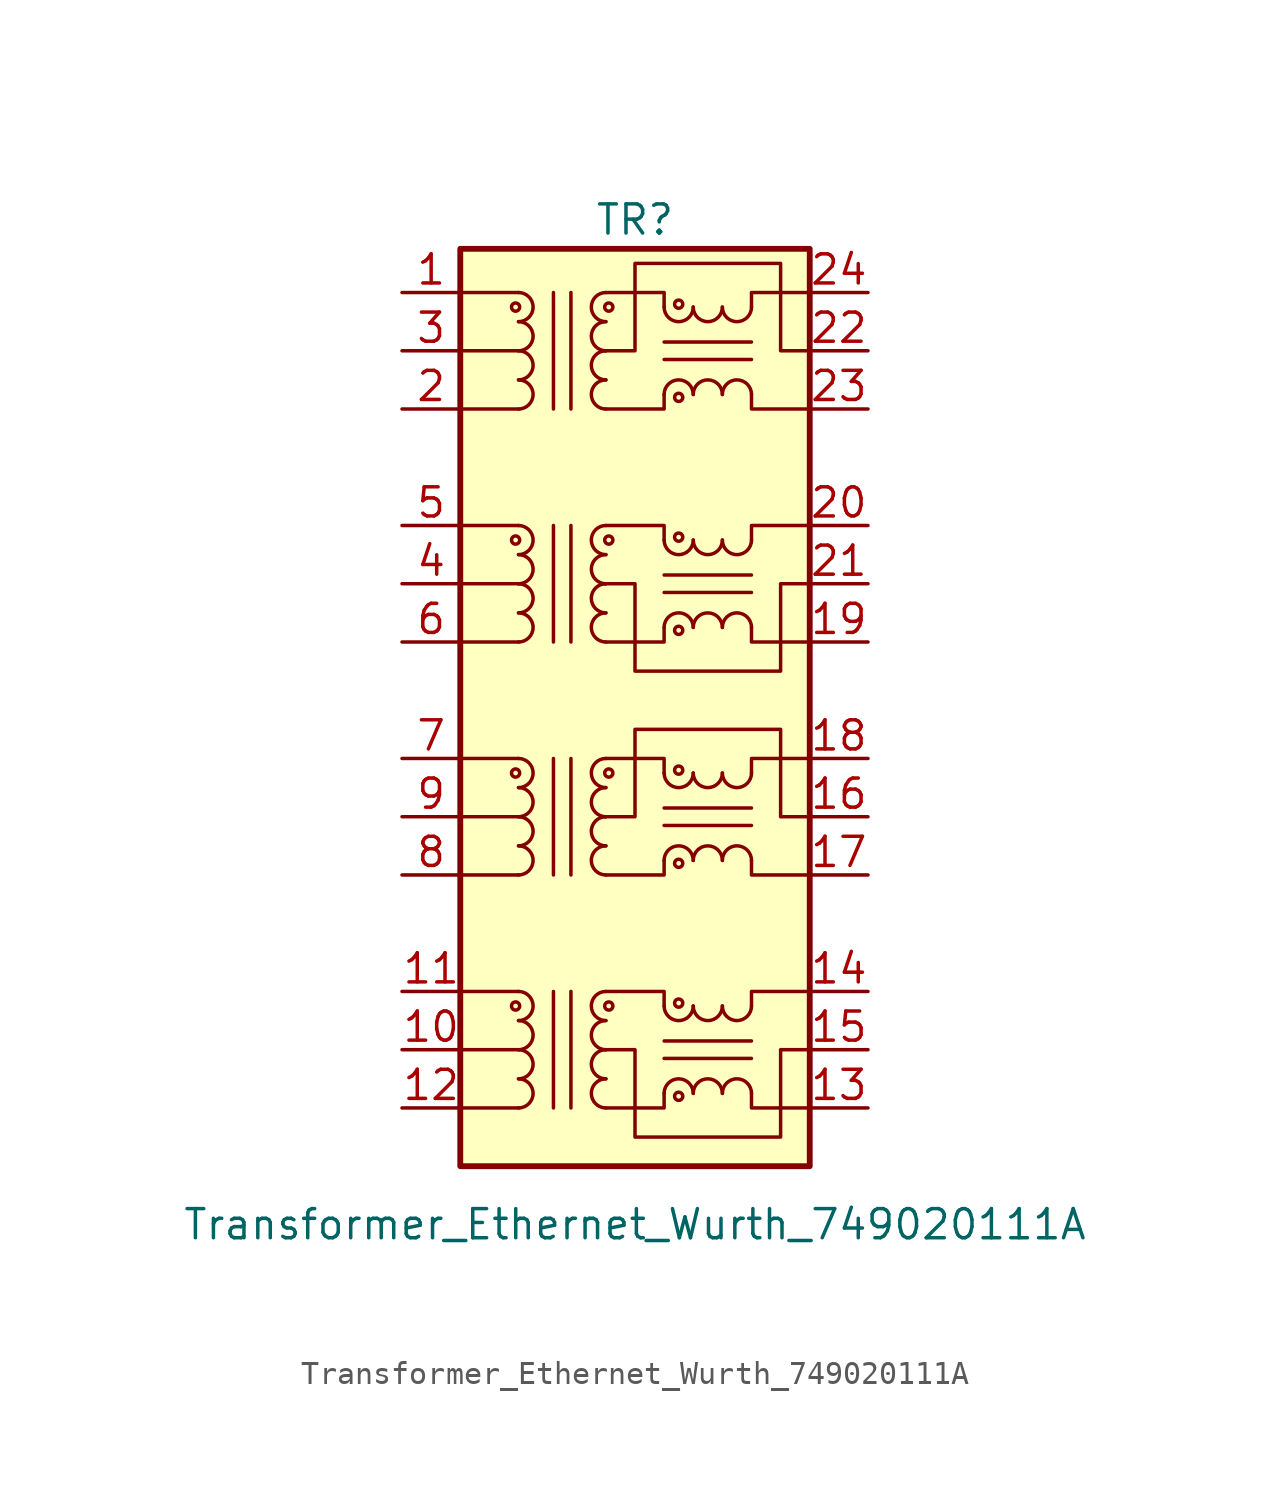
<source format=kicad_sym>
(kicad_symbol_lib
  (version 20220914)
  (generator kicad_symbol_editor)
  (symbol "Transformer_Ethernet_Wurth_749020111A"
    (pin_names hide)
    (property "Reference" "TR"
      (at 0 10.795 0)
      (effects (font (size 1.27 1.27))))
    (property "Value" "Transformer_Ethernet_Wurth_749020111A"
      (at 0 -33.02 0)
      (effects (font (size 1.27 1.27))))
    (symbol "Transformer_Ethernet_Wurth_749020111A_0_1"
      (rectangle (start -7.62 9.525) (end 7.62 -30.48) (stroke (width 0.254) (type default)) (fill (type background)))
      (circle (center -5.207 -13.335) (radius 0.178) (stroke (width 0) (type default)) (fill (type none)))
      (circle (center -5.207 6.985) (radius 0.178) (stroke (width 0) (type default)) (fill (type none)))
      (arc (start -5.08 -13.97) (mid -4.4477 -13.335) (end -5.08 -12.7) (stroke (width 0) (type default)) (fill (type none)))
      (arc (start -5.08 6.35) (mid -4.4477 6.985) (end -5.08 7.62) (stroke (width 0) (type default)) (fill (type none)))
      (polyline (pts (xy -5.08 -17.78) (xy -7.62 -17.78)) (stroke (width 0) (type default)) (fill (type none)))
      (polyline (pts (xy -5.08 -15.24) (xy -7.62 -15.24)) (stroke (width 0) (type default)) (fill (type none)))
      (polyline (pts (xy -5.08 -12.7) (xy -7.62 -12.7)) (stroke (width 0) (type default)) (fill (type none)))
      (polyline (pts (xy -5.08 2.54) (xy -7.62 2.54)) (stroke (width 0) (type default)) (fill (type none)))
      (polyline (pts (xy -5.08 5.08) (xy -7.62 5.08)) (stroke (width 0) (type default)) (fill (type none)))
      (polyline (pts (xy -5.08 7.62) (xy -7.62 7.62)) (stroke (width 0) (type default)) (fill (type none)))
      (polyline (pts (xy -3.556 -22.86) (xy -3.556 -27.94)) (stroke (width 0) (type default)) (fill (type none)))
      (polyline (pts (xy -3.556 -17.78) (xy -3.556 -12.7)) (stroke (width 0) (type default)) (fill (type none)))
      (polyline (pts (xy -3.556 -2.54) (xy -3.556 -7.62)) (stroke (width 0) (type default)) (fill (type none)))
      (polyline (pts (xy -3.556 2.54) (xy -3.556 7.62)) (stroke (width 0) (type default)) (fill (type none)))
      (polyline (pts (xy -2.794 -27.94) (xy -2.794 -22.86)) (stroke (width 0) (type default)) (fill (type none)))
      (polyline (pts (xy -2.794 -12.7) (xy -2.794 -17.78)) (stroke (width 0) (type default)) (fill (type none)))
      (polyline (pts (xy -2.794 -7.62) (xy -2.794 -2.54)) (stroke (width 0) (type default)) (fill (type none)))
      (polyline (pts (xy -2.794 7.62) (xy -2.794 2.54)) (stroke (width 0) (type default)) (fill (type none)))
      (polyline (pts (xy 1.27 -15.621) (xy 5.08 -15.621)) (stroke (width 0) (type default)) (fill (type none)))
      (polyline (pts (xy 1.27 -14.859) (xy 5.08 -14.859)) (stroke (width 0) (type default)) (fill (type none)))
      (polyline (pts (xy 1.27 4.699) (xy 5.08 4.699)) (stroke (width 0) (type default)) (fill (type none)))
      (polyline (pts (xy 1.27 5.461) (xy 5.08 5.461)) (stroke (width 0) (type default)) (fill (type none)))
      (polyline (pts (xy -1.27 -17.78) (xy 1.27 -17.78) (xy 1.27 -17.145)) (stroke (width 0) (type default)) (fill (type none)))
      (polyline (pts (xy -1.27 2.54) (xy 1.27 2.54) (xy 1.27 3.175)) (stroke (width 0) (type default)) (fill (type none)))
      (polyline (pts (xy 1.27 -13.335) (xy 1.27 -12.7) (xy -1.27 -12.7)) (stroke (width 0) (type default)) (fill (type none)))
      (polyline (pts (xy 1.27 6.985) (xy 1.27 7.62) (xy -1.27 7.62)) (stroke (width 0) (type default)) (fill (type none)))
      (polyline (pts (xy 5.08 -17.145) (xy 5.08 -17.78) (xy 7.62 -17.78)) (stroke (width 0) (type default)) (fill (type none)))
      (polyline (pts (xy 5.08 -13.335) (xy 5.08 -12.7) (xy 7.62 -12.7)) (stroke (width 0) (type default)) (fill (type none)))
      (polyline (pts (xy 5.08 3.175) (xy 5.08 2.54) (xy 7.62 2.54)) (stroke (width 0) (type default)) (fill (type none)))
      (polyline (pts (xy 5.08 6.985) (xy 5.08 7.62) (xy 7.62 7.62)) (stroke (width 0) (type default)) (fill (type none)))
      (polyline (pts (xy -1.27 -15.24) (xy 0 -15.24) (xy 0 -11.43) (xy 6.35 -11.43) (xy 6.35 -15.24) (xy 7.62 -15.24)) (stroke (width 0) (type default)) (fill (type none)))
      (polyline (pts (xy -1.27 5.08) (xy 0 5.08) (xy 0 8.89) (xy 6.35 8.89) (xy 6.35 5.08) (xy 7.62 5.08)) (stroke (width 0) (type default)) (fill (type none))))
    (symbol "Transformer_Ethernet_Wurth_749020111A_1_1"
      (circle (center -5.207 -23.495) (radius 0.178) (stroke (width 0) (type default)) (fill (type none)))
      (circle (center -5.207 -3.175) (radius 0.178) (stroke (width 0) (type default)) (fill (type none)))
      (arc (start -5.08 -27.94) (mid -4.4477 -27.305) (end -5.08 -26.67) (stroke (width 0) (type default)) (fill (type none)))
      (arc (start -5.08 -26.67) (mid -4.4477 -26.035) (end -5.08 -25.4) (stroke (width 0) (type default)) (fill (type none)))
      (arc (start -5.08 -25.4) (mid -4.4477 -24.765) (end -5.08 -24.13) (stroke (width 0) (type default)) (fill (type none)))
      (arc (start -5.08 -24.13) (mid -4.4477 -23.495) (end -5.08 -22.86) (stroke (width 0) (type default)) (fill (type none)))
      (arc (start -5.08 -17.78) (mid -4.4477 -17.145) (end -5.08 -16.51) (stroke (width 0) (type default)) (fill (type none)))
      (arc (start -5.08 -16.51) (mid -4.4477 -15.875) (end -5.08 -15.24) (stroke (width 0) (type default)) (fill (type none)))
      (arc (start -5.08 -15.24) (mid -4.4477 -14.605) (end -5.08 -13.97) (stroke (width 0) (type default)) (fill (type none)))
      (arc (start -5.08 -7.62) (mid -4.4477 -6.985) (end -5.08 -6.35) (stroke (width 0) (type default)) (fill (type none)))
      (arc (start -5.08 -6.35) (mid -4.4477 -5.715) (end -5.08 -5.08) (stroke (width 0) (type default)) (fill (type none)))
      (arc (start -5.08 -5.08) (mid -4.4477 -4.445) (end -5.08 -3.81) (stroke (width 0) (type default)) (fill (type none)))
      (arc (start -5.08 -3.81) (mid -4.4477 -3.175) (end -5.08 -2.54) (stroke (width 0) (type default)) (fill (type none)))
      (arc (start -5.08 2.54) (mid -4.4477 3.175) (end -5.08 3.81) (stroke (width 0) (type default)) (fill (type none)))
      (arc (start -5.08 3.81) (mid -4.4477 4.445) (end -5.08 5.08) (stroke (width 0) (type default)) (fill (type none)))
      (arc (start -5.08 5.08) (mid -4.4477 5.715) (end -5.08 6.35) (stroke (width 0) (type default)) (fill (type none)))
      (arc (start -1.27 -26.67) (mid -1.9023 -27.305) (end -1.27 -27.94) (stroke (width 0) (type default)) (fill (type none)))
      (arc (start -1.27 -25.4) (mid -1.9023 -26.035) (end -1.27 -26.67) (stroke (width 0) (type default)) (fill (type none)))
      (arc (start -1.27 -24.13) (mid -1.9023 -24.765) (end -1.27 -25.4) (stroke (width 0) (type default)) (fill (type none)))
      (arc (start -1.27 -22.86) (mid -1.9023 -23.495) (end -1.27 -24.13) (stroke (width 0) (type default)) (fill (type none)))
      (arc (start -1.27 -16.51) (mid -1.9023 -17.145) (end -1.27 -17.78) (stroke (width 0) (type default)) (fill (type none)))
      (arc (start -1.27 -15.24) (mid -1.9023 -15.875) (end -1.27 -16.51) (stroke (width 0) (type default)) (fill (type none)))
      (arc (start -1.27 -13.97) (mid -1.9023 -14.605) (end -1.27 -15.24) (stroke (width 0) (type default)) (fill (type none)))
      (arc (start -1.27 -12.7) (mid -1.9023 -13.335) (end -1.27 -13.97) (stroke (width 0) (type default)) (fill (type none)))
      (arc (start -1.27 -6.35) (mid -1.9023 -6.985) (end -1.27 -7.62) (stroke (width 0) (type default)) (fill (type none)))
      (arc (start -1.27 -5.08) (mid -1.9023 -5.715) (end -1.27 -6.35) (stroke (width 0) (type default)) (fill (type none)))
      (arc (start -1.27 -3.81) (mid -1.9023 -4.445) (end -1.27 -5.08) (stroke (width 0) (type default)) (fill (type none)))
      (arc (start -1.27 -2.54) (mid -1.9023 -3.175) (end -1.27 -3.81) (stroke (width 0) (type default)) (fill (type none)))
      (arc (start -1.27 3.81) (mid -1.9023 3.175) (end -1.27 2.54) (stroke (width 0) (type default)) (fill (type none)))
      (arc (start -1.27 5.08) (mid -1.9023 4.445) (end -1.27 3.81) (stroke (width 0) (type default)) (fill (type none)))
      (arc (start -1.27 6.35) (mid -1.9023 5.715) (end -1.27 5.08) (stroke (width 0) (type default)) (fill (type none)))
      (arc (start -1.27 7.62) (mid -1.9023 6.985) (end -1.27 6.35) (stroke (width 0) (type default)) (fill (type none)))
      (circle (center -1.143 -23.495) (radius 0.178) (stroke (width 0) (type default)) (fill (type none)))
      (circle (center -1.143 -13.335) (radius 0.178) (stroke (width 0) (type default)) (fill (type none)))
      (circle (center -1.143 -3.175) (radius 0.178) (stroke (width 0) (type default)) (fill (type none)))
      (circle (center -1.143 6.985) (radius 0.178) (stroke (width 0) (type default)) (fill (type none)))
      (polyline (pts (xy -5.08 -27.94) (xy -7.62 -27.94)) (stroke (width 0) (type default)) (fill (type none)))
      (polyline (pts (xy -5.08 -25.4) (xy -7.62 -25.4)) (stroke (width 0) (type default)) (fill (type none)))
      (polyline (pts (xy -5.08 -22.86) (xy -7.62 -22.86)) (stroke (width 0) (type default)) (fill (type none)))
      (polyline (pts (xy -5.08 -7.62) (xy -7.62 -7.62)) (stroke (width 0) (type default)) (fill (type none)))
      (polyline (pts (xy -5.08 -5.08) (xy -7.62 -5.08)) (stroke (width 0) (type default)) (fill (type none)))
      (polyline (pts (xy -5.08 -2.54) (xy -7.62 -2.54)) (stroke (width 0) (type default)) (fill (type none)))
      (polyline (pts (xy 1.27 -25.781) (xy 5.08 -25.781)) (stroke (width 0) (type default)) (fill (type none)))
      (polyline (pts (xy 1.27 -25.019) (xy 5.08 -25.019)) (stroke (width 0) (type default)) (fill (type none)))
      (polyline (pts (xy 1.27 -5.461) (xy 5.08 -5.461)) (stroke (width 0) (type default)) (fill (type none)))
      (polyline (pts (xy 1.27 -4.699) (xy 5.08 -4.699)) (stroke (width 0) (type default)) (fill (type none)))
      (polyline (pts (xy -1.27 -27.94) (xy 1.27 -27.94) (xy 1.27 -27.305)) (stroke (width 0) (type default)) (fill (type none)))
      (polyline (pts (xy -1.27 -7.62) (xy 1.27 -7.62) (xy 1.27 -6.985)) (stroke (width 0) (type default)) (fill (type none)))
      (polyline (pts (xy 1.27 -23.495) (xy 1.27 -22.86) (xy -1.27 -22.86)) (stroke (width 0) (type default)) (fill (type none)))
      (polyline (pts (xy 1.27 -3.175) (xy 1.27 -2.54) (xy -1.27 -2.54)) (stroke (width 0) (type default)) (fill (type none)))
      (polyline (pts (xy 5.08 -27.305) (xy 5.08 -27.94) (xy 7.62 -27.94)) (stroke (width 0) (type default)) (fill (type none)))
      (polyline (pts (xy 5.08 -23.495) (xy 5.08 -22.86) (xy 7.62 -22.86)) (stroke (width 0) (type default)) (fill (type none)))
      (polyline (pts (xy 5.08 -6.985) (xy 5.08 -7.62) (xy 7.62 -7.62)) (stroke (width 0) (type default)) (fill (type none)))
      (polyline (pts (xy 5.08 -3.175) (xy 5.08 -2.54) (xy 7.62 -2.54)) (stroke (width 0) (type default)) (fill (type none)))
      (polyline (pts (xy 7.62 -25.4) (xy 6.35 -25.4) (xy 6.35 -29.21) (xy 0 -29.21) (xy 0 -25.4) (xy -1.27 -25.4)) (stroke (width 0) (type default)) (fill (type none)))
      (polyline (pts (xy 7.62 -5.08) (xy 6.35 -5.08) (xy 6.35 -8.89) (xy 0 -8.89) (xy 0 -5.08) (xy -1.27 -5.08)) (stroke (width 0) (type default)) (fill (type none)))
      (arc (start 1.27 -23.495) (mid 1.905 -24.1273) (end 2.54 -23.495) (stroke (width 0) (type default)) (fill (type none)))
      (arc (start 1.27 -13.335) (mid 1.905 -13.9673) (end 2.54 -13.335) (stroke (width 0) (type default)) (fill (type none)))
      (arc (start 1.27 -3.175) (mid 1.905 -3.8073) (end 2.54 -3.175) (stroke (width 0) (type default)) (fill (type none)))
      (arc (start 1.27 6.985) (mid 1.905 6.3527) (end 2.54 6.985) (stroke (width 0) (type default)) (fill (type none)))
      (circle (center 1.905 -27.432) (radius 0.178) (stroke (width 0) (type default)) (fill (type none)))
      (circle (center 1.905 -23.368) (radius 0.178) (stroke (width 0) (type default)) (fill (type none)))
      (circle (center 1.905 -17.272) (radius 0.178) (stroke (width 0) (type default)) (fill (type none)))
      (circle (center 1.905 -13.208) (radius 0.178) (stroke (width 0) (type default)) (fill (type none)))
      (circle (center 1.905 -7.112) (radius 0.178) (stroke (width 0) (type default)) (fill (type none)))
      (circle (center 1.905 -3.048) (radius 0.178) (stroke (width 0) (type default)) (fill (type none)))
      (circle (center 1.905 3.048) (radius 0.178) (stroke (width 0) (type default)) (fill (type none)))
      (circle (center 1.905 7.112) (radius 0.178) (stroke (width 0) (type default)) (fill (type none)))
      (arc (start 2.54 -27.305) (mid 1.905 -26.6727) (end 1.27 -27.305) (stroke (width 0) (type default)) (fill (type none)))
      (arc (start 2.54 -23.495) (mid 3.175 -24.1273) (end 3.81 -23.495) (stroke (width 0) (type default)) (fill (type none)))
      (arc (start 2.54 -17.145) (mid 1.905 -16.5127) (end 1.27 -17.145) (stroke (width 0) (type default)) (fill (type none)))
      (arc (start 2.54 -13.335) (mid 3.175 -13.9673) (end 3.81 -13.335) (stroke (width 0) (type default)) (fill (type none)))
      (arc (start 2.54 -6.985) (mid 1.905 -6.3527) (end 1.27 -6.985) (stroke (width 0) (type default)) (fill (type none)))
      (arc (start 2.54 -3.175) (mid 3.175 -3.8073) (end 3.81 -3.175) (stroke (width 0) (type default)) (fill (type none)))
      (arc (start 2.54 3.175) (mid 1.905 3.8073) (end 1.27 3.175) (stroke (width 0) (type default)) (fill (type none)))
      (arc (start 2.54 6.985) (mid 3.175 6.3527) (end 3.81 6.985) (stroke (width 0) (type default)) (fill (type none)))
      (arc (start 3.81 -27.305) (mid 3.175 -26.6727) (end 2.54 -27.305) (stroke (width 0) (type default)) (fill (type none)))
      (arc (start 3.81 -23.495) (mid 4.445 -24.1273) (end 5.08 -23.495) (stroke (width 0) (type default)) (fill (type none)))
      (arc (start 3.81 -17.145) (mid 3.175 -16.5127) (end 2.54 -17.145) (stroke (width 0) (type default)) (fill (type none)))
      (arc (start 3.81 -13.335) (mid 4.445 -13.9673) (end 5.08 -13.335) (stroke (width 0) (type default)) (fill (type none)))
      (arc (start 3.81 -6.985) (mid 3.175 -6.3527) (end 2.54 -6.985) (stroke (width 0) (type default)) (fill (type none)))
      (arc (start 3.81 -3.175) (mid 4.445 -3.8073) (end 5.08 -3.175) (stroke (width 0) (type default)) (fill (type none)))
      (arc (start 3.81 3.175) (mid 3.175 3.8073) (end 2.54 3.175) (stroke (width 0) (type default)) (fill (type none)))
      (arc (start 3.81 6.985) (mid 4.445 6.3527) (end 5.08 6.985) (stroke (width 0) (type default)) (fill (type none)))
      (arc (start 5.08 -27.305) (mid 4.445 -26.6727) (end 3.81 -27.305) (stroke (width 0) (type default)) (fill (type none)))
      (arc (start 5.08 -17.145) (mid 4.445 -16.5127) (end 3.81 -17.145) (stroke (width 0) (type default)) (fill (type none)))
      (arc (start 5.08 -6.985) (mid 4.445 -6.3527) (end 3.81 -6.985) (stroke (width 0) (type default)) (fill (type none)))
      (arc (start 5.08 3.175) (mid 4.445 3.8073) (end 3.81 3.175) (stroke (width 0) (type default)) (fill (type none)))
      (pin passive line (at -10.16 7.62 0) (length 2.54) (name "D+" (effects (font (size 1.27 1.27)))) (number "1" (effects (font (size 1.27 1.27)))))
      (pin passive line (at -10.16 -25.4 0) (length 2.54) (name "TD" (effects (font (size 1.27 1.27)))) (number "10" (effects (font (size 1.27 1.27)))))
      (pin passive line (at -10.16 -22.86 0) (length 2.54) (name "D+" (effects (font (size 1.27 1.27)))) (number "11" (effects (font (size 1.27 1.27)))))
      (pin passive line (at -10.16 -27.94 0) (length 2.54) (name "D-" (effects (font (size 1.27 1.27)))) (number "12" (effects (font (size 1.27 1.27)))))
      (pin passive line (at 10.16 -27.94 180) (length 2.54) (name "X-" (effects (font (size 1.27 1.27)))) (number "13" (effects (font (size 1.27 1.27)))))
      (pin passive line (at 10.16 -22.86 180) (length 2.54) (name "X+" (effects (font (size 1.27 1.27)))) (number "14" (effects (font (size 1.27 1.27)))))
      (pin passive line (at 10.16 -25.4 180) (length 2.54) (name "TX" (effects (font (size 1.27 1.27)))) (number "15" (effects (font (size 1.27 1.27)))))
      (pin passive line (at 10.16 -15.24 180) (length 2.54) (name "TX" (effects (font (size 1.27 1.27)))) (number "16" (effects (font (size 1.27 1.27)))))
      (pin passive line (at 10.16 -17.78 180) (length 2.54) (name "X-" (effects (font (size 1.27 1.27)))) (number "17" (effects (font (size 1.27 1.27)))))
      (pin passive line (at 10.16 -12.7 180) (length 2.54) (name "X+" (effects (font (size 1.27 1.27)))) (number "18" (effects (font (size 1.27 1.27)))))
      (pin passive line (at 10.16 -7.62 180) (length 2.54) (name "X-" (effects (font (size 1.27 1.27)))) (number "19" (effects (font (size 1.27 1.27)))))
      (pin passive line (at -10.16 2.54 0) (length 2.54) (name "D-" (effects (font (size 1.27 1.27)))) (number "2" (effects (font (size 1.27 1.27)))))
      (pin passive line (at 10.16 -2.54 180) (length 2.54) (name "X+" (effects (font (size 1.27 1.27)))) (number "20" (effects (font (size 1.27 1.27)))))
      (pin passive line (at 10.16 -5.08 180) (length 2.54) (name "TX" (effects (font (size 1.27 1.27)))) (number "21" (effects (font (size 1.27 1.27)))))
      (pin passive line (at 10.16 5.08 180) (length 2.54) (name "TX" (effects (font (size 1.27 1.27)))) (number "22" (effects (font (size 1.27 1.27)))))
      (pin passive line (at 10.16 2.54 180) (length 2.54) (name "X-" (effects (font (size 1.27 1.27)))) (number "23" (effects (font (size 1.27 1.27)))))
      (pin passive line (at 10.16 7.62 180) (length 2.54) (name "X+" (effects (font (size 1.27 1.27)))) (number "24" (effects (font (size 1.27 1.27)))))
      (pin passive line (at -10.16 5.08 0) (length 2.54) (name "TD" (effects (font (size 1.27 1.27)))) (number "3" (effects (font (size 1.27 1.27)))))
      (pin passive line (at -10.16 -5.08 0) (length 2.54) (name "TD" (effects (font (size 1.27 1.27)))) (number "4" (effects (font (size 1.27 1.27)))))
      (pin passive line (at -10.16 -2.54 0) (length 2.54) (name "D+" (effects (font (size 1.27 1.27)))) (number "5" (effects (font (size 1.27 1.27)))))
      (pin passive line (at -10.16 -7.62 0) (length 2.54) (name "D-" (effects (font (size 1.27 1.27)))) (number "6" (effects (font (size 1.27 1.27)))))
      (pin passive line (at -10.16 -12.7 0) (length 2.54) (name "D+" (effects (font (size 1.27 1.27)))) (number "7" (effects (font (size 1.27 1.27)))))
      (pin passive line (at -10.16 -17.78 0) (length 2.54) (name "D-" (effects (font (size 1.27 1.27)))) (number "8" (effects (font (size 1.27 1.27)))))
      (pin passive line (at -10.16 -15.24 0) (length 2.54) (name "TD" (effects (font (size 1.27 1.27)))) (number "9" (effects (font (size 1.27 1.27))))))))
</source>
